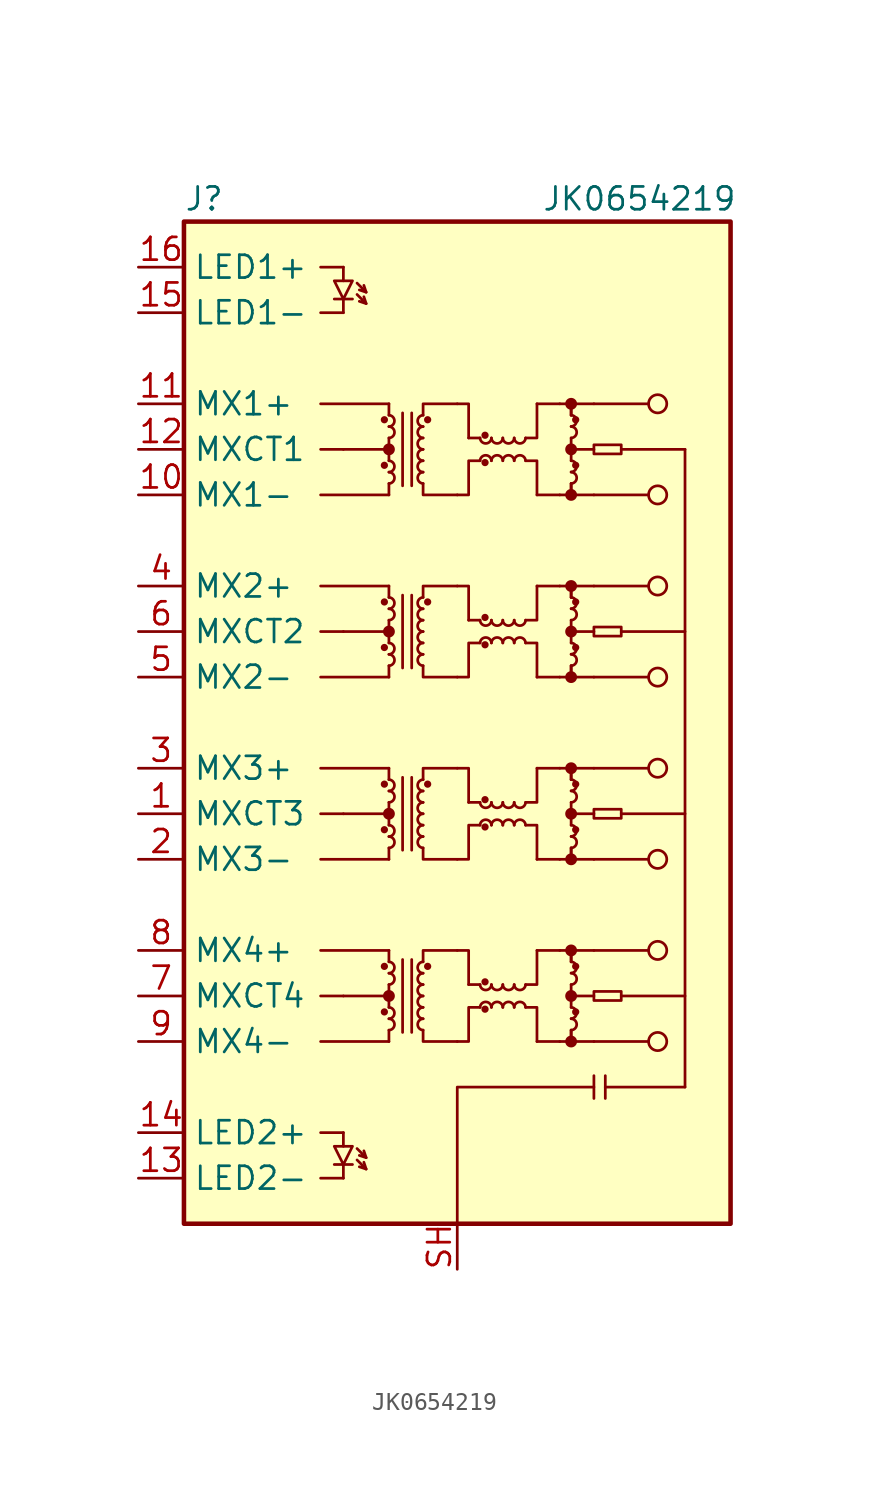
<source format=kicad_sym>
(kicad_symbol_lib
  (version 20220914)
  (generator kicad_symbol_editor)
  (symbol "JK0654219"
    (property "Reference" "J"
      (at -15.24 29.21 0)
      (effects (font (size 1.27 1.27)) (justify left)))
    (property "Value" "JK0654219"
      (at 10.16 29.21 0)
      (effects (font (size 1.27 1.27))))
    (symbol "JK0654219_0_1"
      (rectangle (start -15.24 27.94) (end 15.24 -27.94) (stroke (width 0.254) (type default)) (fill (type background)))
      (circle (center -4.064 -16.129) (radius 0.127) (stroke (width 0) (type default)) (fill (type outline)))
      (circle (center -4.064 -13.589) (radius 0.127) (stroke (width 0) (type default)) (fill (type outline)))
      (circle (center -4.064 -5.969) (radius 0.127) (stroke (width 0) (type default)) (fill (type outline)))
      (circle (center -4.064 -3.429) (radius 0.127) (stroke (width 0) (type default)) (fill (type outline)))
      (circle (center -4.064 4.191) (radius 0.127) (stroke (width 0) (type default)) (fill (type outline)))
      (circle (center -4.064 6.731) (radius 0.127) (stroke (width 0) (type default)) (fill (type outline)))
      (circle (center -4.064 14.351) (radius 0.127) (stroke (width 0) (type default)) (fill (type outline)))
      (circle (center -4.064 16.891) (radius 0.127) (stroke (width 0) (type default)) (fill (type outline)))
      (arc (start -3.81 -17.145) (mid -3.5052 -16.8402) (end -3.81 -16.51) (stroke (width 0) (type default)) (fill (type none)))
      (arc (start -3.81 -16.51) (mid -3.5052 -16.2052) (end -3.81 -15.875) (stroke (width 0) (type default)) (fill (type none)))
      (circle (center -3.81 -15.24) (radius 0.254) (stroke (width 0) (type default)) (fill (type outline)))
      (arc (start -3.81 -14.605) (mid -3.5052 -14.3002) (end -3.81 -13.97) (stroke (width 0) (type default)) (fill (type none)))
      (arc (start -3.81 -13.97) (mid -3.5052 -13.6652) (end -3.81 -13.335) (stroke (width 0) (type default)) (fill (type none)))
      (arc (start -3.81 -6.985) (mid -3.5052 -6.6802) (end -3.81 -6.35) (stroke (width 0) (type default)) (fill (type none)))
      (arc (start -3.81 -6.35) (mid -3.5052 -6.0452) (end -3.81 -5.715) (stroke (width 0) (type default)) (fill (type none)))
      (circle (center -3.81 -5.08) (radius 0.254) (stroke (width 0) (type default)) (fill (type outline)))
      (arc (start -3.81 -4.445) (mid -3.5052 -4.1402) (end -3.81 -3.81) (stroke (width 0) (type default)) (fill (type none)))
      (arc (start -3.81 -3.81) (mid -3.5052 -3.5052) (end -3.81 -3.175) (stroke (width 0) (type default)) (fill (type none)))
      (arc (start -3.81 3.175) (mid -3.5052 3.4798) (end -3.81 3.81) (stroke (width 0) (type default)) (fill (type none)))
      (arc (start -3.81 3.81) (mid -3.5052 4.1148) (end -3.81 4.445) (stroke (width 0) (type default)) (fill (type none)))
      (circle (center -3.81 5.08) (radius 0.254) (stroke (width 0) (type default)) (fill (type outline)))
      (arc (start -3.81 5.715) (mid -3.5052 6.0198) (end -3.81 6.35) (stroke (width 0) (type default)) (fill (type none)))
      (arc (start -3.81 6.35) (mid -3.5052 6.6548) (end -3.81 6.985) (stroke (width 0) (type default)) (fill (type none)))
      (arc (start -3.81 13.335) (mid -3.5052 13.6398) (end -3.81 13.97) (stroke (width 0) (type default)) (fill (type none)))
      (arc (start -3.81 13.97) (mid -3.5052 14.2748) (end -3.81 14.605) (stroke (width 0) (type default)) (fill (type none)))
      (circle (center -3.81 15.24) (radius 0.254) (stroke (width 0) (type default)) (fill (type outline)))
      (arc (start -3.81 15.875) (mid -3.5052 16.1798) (end -3.81 16.51) (stroke (width 0) (type default)) (fill (type none)))
      (arc (start -3.81 16.51) (mid -3.5052 16.8148) (end -3.81 17.145) (stroke (width 0) (type default)) (fill (type none)))
      (arc (start -1.905 -16.51) (mid -2.2098 -16.8148) (end -1.905 -17.145) (stroke (width 0) (type default)) (fill (type none)))
      (arc (start -1.905 -15.875) (mid -2.2098 -16.1798) (end -1.905 -16.51) (stroke (width 0) (type default)) (fill (type none)))
      (arc (start -1.905 -15.24) (mid -2.2098 -15.5448) (end -1.905 -15.875) (stroke (width 0) (type default)) (fill (type none)))
      (arc (start -1.905 -14.605) (mid -2.2098 -14.9098) (end -1.905 -15.24) (stroke (width 0) (type default)) (fill (type none)))
      (arc (start -1.905 -13.97) (mid -2.2098 -14.2748) (end -1.905 -14.605) (stroke (width 0) (type default)) (fill (type none)))
      (arc (start -1.905 -13.335) (mid -2.2098 -13.6398) (end -1.905 -13.97) (stroke (width 0) (type default)) (fill (type none)))
      (arc (start -1.905 -6.35) (mid -2.2098 -6.6548) (end -1.905 -6.985) (stroke (width 0) (type default)) (fill (type none)))
      (arc (start -1.905 -5.715) (mid -2.2098 -6.0198) (end -1.905 -6.35) (stroke (width 0) (type default)) (fill (type none)))
      (arc (start -1.905 -5.08) (mid -2.2098 -5.3848) (end -1.905 -5.715) (stroke (width 0) (type default)) (fill (type none)))
      (arc (start -1.905 -4.445) (mid -2.2098 -4.7498) (end -1.905 -5.08) (stroke (width 0) (type default)) (fill (type none)))
      (arc (start -1.905 -3.81) (mid -2.2098 -4.1148) (end -1.905 -4.445) (stroke (width 0) (type default)) (fill (type none)))
      (arc (start -1.905 -3.175) (mid -2.2098 -3.4798) (end -1.905 -3.81) (stroke (width 0) (type default)) (fill (type none)))
      (arc (start -1.905 3.81) (mid -2.2098 3.5052) (end -1.905 3.175) (stroke (width 0) (type default)) (fill (type none)))
      (arc (start -1.905 4.445) (mid -2.2098 4.1402) (end -1.905 3.81) (stroke (width 0) (type default)) (fill (type none)))
      (arc (start -1.905 5.08) (mid -2.2098 4.7752) (end -1.905 4.445) (stroke (width 0) (type default)) (fill (type none)))
      (arc (start -1.905 5.715) (mid -2.2098 5.4102) (end -1.905 5.08) (stroke (width 0) (type default)) (fill (type none)))
      (arc (start -1.905 6.35) (mid -2.2098 6.0452) (end -1.905 5.715) (stroke (width 0) (type default)) (fill (type none)))
      (arc (start -1.905 6.985) (mid -2.2098 6.6802) (end -1.905 6.35) (stroke (width 0) (type default)) (fill (type none)))
      (arc (start -1.905 13.97) (mid -2.2098 13.6652) (end -1.905 13.335) (stroke (width 0) (type default)) (fill (type none)))
      (arc (start -1.905 14.605) (mid -2.2098 14.3002) (end -1.905 13.97) (stroke (width 0) (type default)) (fill (type none)))
      (arc (start -1.905 15.24) (mid -2.2098 14.9352) (end -1.905 14.605) (stroke (width 0) (type default)) (fill (type none)))
      (arc (start -1.905 15.875) (mid -2.2098 15.5702) (end -1.905 15.24) (stroke (width 0) (type default)) (fill (type none)))
      (arc (start -1.905 16.51) (mid -2.2098 16.2052) (end -1.905 15.875) (stroke (width 0) (type default)) (fill (type none)))
      (arc (start -1.905 17.145) (mid -2.2098 16.8402) (end -1.905 16.51) (stroke (width 0) (type default)) (fill (type none)))
      (circle (center -1.651 -13.589) (radius 0.127) (stroke (width 0) (type default)) (fill (type outline)))
      (circle (center -1.651 -3.429) (radius 0.127) (stroke (width 0) (type default)) (fill (type outline)))
      (circle (center -1.651 6.731) (radius 0.127) (stroke (width 0) (type default)) (fill (type outline)))
      (circle (center -1.651 16.891) (radius 0.127) (stroke (width 0) (type default)) (fill (type outline)))
      (polyline (pts (xy -7.62 -17.78) (xy -3.81 -17.78)) (stroke (width 0) (type default)) (fill (type none)))
      (polyline (pts (xy -7.62 -15.24) (xy -6.35 -15.24)) (stroke (width 0) (type default)) (fill (type none)))
      (polyline (pts (xy -7.62 -12.7) (xy -3.81 -12.7)) (stroke (width 0) (type default)) (fill (type none)))
      (polyline (pts (xy -7.62 -7.62) (xy -3.81 -7.62)) (stroke (width 0) (type default)) (fill (type none)))
      (polyline (pts (xy -7.62 -5.08) (xy -6.35 -5.08)) (stroke (width 0) (type default)) (fill (type none)))
      (polyline (pts (xy -7.62 -2.54) (xy -3.81 -2.54)) (stroke (width 0) (type default)) (fill (type none)))
      (polyline (pts (xy -7.62 2.54) (xy -3.81 2.54)) (stroke (width 0) (type default)) (fill (type none)))
      (polyline (pts (xy -7.62 5.08) (xy -6.35 5.08)) (stroke (width 0) (type default)) (fill (type none)))
      (polyline (pts (xy -7.62 7.62) (xy -3.81 7.62)) (stroke (width 0) (type default)) (fill (type none)))
      (polyline (pts (xy -7.62 12.7) (xy -3.81 12.7)) (stroke (width 0) (type default)) (fill (type none)))
      (polyline (pts (xy -7.62 15.24) (xy -6.35 15.24)) (stroke (width 0) (type default)) (fill (type none)))
      (polyline (pts (xy -7.62 17.78) (xy -3.81 17.78)) (stroke (width 0) (type default)) (fill (type none)))
      (polyline (pts (xy -6.35 -15.24) (xy -3.81 -15.24)) (stroke (width 0) (type default)) (fill (type none)))
      (polyline (pts (xy -6.35 -5.08) (xy -3.81 -5.08)) (stroke (width 0) (type default)) (fill (type none)))
      (polyline (pts (xy -6.35 5.08) (xy -3.81 5.08)) (stroke (width 0) (type default)) (fill (type none)))
      (polyline (pts (xy -6.35 15.24) (xy -3.81 15.24)) (stroke (width 0) (type default)) (fill (type none)))
      (polyline (pts (xy -3.81 -17.78) (xy -3.81 -17.145)) (stroke (width 0) (type default)) (fill (type none)))
      (polyline (pts (xy -3.81 -15.24) (xy -3.81 -15.875)) (stroke (width 0) (type default)) (fill (type none)))
      (polyline (pts (xy -3.81 -15.24) (xy -3.81 -14.605)) (stroke (width 0) (type default)) (fill (type none)))
      (polyline (pts (xy -3.81 -12.7) (xy -3.81 -13.335)) (stroke (width 0) (type default)) (fill (type none)))
      (polyline (pts (xy -3.81 -7.62) (xy -3.81 -6.985)) (stroke (width 0) (type default)) (fill (type none)))
      (polyline (pts (xy -3.81 -5.08) (xy -3.81 -5.715)) (stroke (width 0) (type default)) (fill (type none)))
      (polyline (pts (xy -3.81 -5.08) (xy -3.81 -4.445)) (stroke (width 0) (type default)) (fill (type none)))
      (polyline (pts (xy -3.81 -2.54) (xy -3.81 -3.175)) (stroke (width 0) (type default)) (fill (type none)))
      (polyline (pts (xy -3.81 2.54) (xy -3.81 3.175)) (stroke (width 0) (type default)) (fill (type none)))
      (polyline (pts (xy -3.81 5.08) (xy -3.81 4.445)) (stroke (width 0) (type default)) (fill (type none)))
      (polyline (pts (xy -3.81 5.08) (xy -3.81 5.715)) (stroke (width 0) (type default)) (fill (type none)))
      (polyline (pts (xy -3.81 7.62) (xy -3.81 6.985)) (stroke (width 0) (type default)) (fill (type none)))
      (polyline (pts (xy -3.81 12.7) (xy -3.81 13.335)) (stroke (width 0) (type default)) (fill (type none)))
      (polyline (pts (xy -3.81 15.24) (xy -3.81 14.605)) (stroke (width 0) (type default)) (fill (type none)))
      (polyline (pts (xy -3.81 15.24) (xy -3.81 15.875)) (stroke (width 0) (type default)) (fill (type none)))
      (polyline (pts (xy -3.81 17.78) (xy -3.81 17.145)) (stroke (width 0) (type default)) (fill (type none)))
      (polyline (pts (xy -3.048 -17.272) (xy -3.048 -13.208)) (stroke (width 0) (type default)) (fill (type none)))
      (polyline (pts (xy -3.048 -7.112) (xy -3.048 -3.048)) (stroke (width 0) (type default)) (fill (type none)))
      (polyline (pts (xy -3.048 3.048) (xy -3.048 7.112)) (stroke (width 0) (type default)) (fill (type none)))
      (polyline (pts (xy -3.048 13.208) (xy -3.048 17.272)) (stroke (width 0) (type default)) (fill (type none)))
      (polyline (pts (xy -2.54 -17.272) (xy -2.54 -13.208)) (stroke (width 0) (type default)) (fill (type none)))
      (polyline (pts (xy -2.54 -7.112) (xy -2.54 -3.048)) (stroke (width 0) (type default)) (fill (type none)))
      (polyline (pts (xy -2.54 3.048) (xy -2.54 7.112)) (stroke (width 0) (type default)) (fill (type none)))
      (polyline (pts (xy -2.54 13.208) (xy -2.54 17.272)) (stroke (width 0) (type default)) (fill (type none)))
      (polyline (pts (xy 0.635 -14.605) (xy 1.27 -14.605)) (stroke (width 0) (type default)) (fill (type none)))
      (polyline (pts (xy 0.635 -4.445) (xy 1.27 -4.445)) (stroke (width 0) (type default)) (fill (type none)))
      (polyline (pts (xy 0.635 5.715) (xy 1.27 5.715)) (stroke (width 0) (type default)) (fill (type none)))
      (polyline (pts (xy 0.635 15.875) (xy 1.27 15.875)) (stroke (width 0) (type default)) (fill (type none)))
      (polyline (pts (xy 4.445 -17.78) (xy 5.715 -17.78)) (stroke (width 0) (type default)) (fill (type none)))
      (polyline (pts (xy 4.445 -12.7) (xy 5.715 -12.7)) (stroke (width 0) (type default)) (fill (type none)))
      (polyline (pts (xy 4.445 -7.62) (xy 5.715 -7.62)) (stroke (width 0) (type default)) (fill (type none)))
      (polyline (pts (xy 4.445 -2.54) (xy 5.715 -2.54)) (stroke (width 0) (type default)) (fill (type none)))
      (polyline (pts (xy 4.445 2.54) (xy 5.715 2.54)) (stroke (width 0) (type default)) (fill (type none)))
      (polyline (pts (xy 4.445 7.62) (xy 5.715 7.62)) (stroke (width 0) (type default)) (fill (type none)))
      (polyline (pts (xy 4.445 12.7) (xy 5.715 12.7)) (stroke (width 0) (type default)) (fill (type none)))
      (polyline (pts (xy 4.445 17.78) (xy 5.715 17.78)) (stroke (width 0) (type default)) (fill (type none)))
      (polyline (pts (xy 6.35 -17.78) (xy 6.35 -17.145)) (stroke (width 0) (type default)) (fill (type none)))
      (polyline (pts (xy 6.35 -15.24) (xy 6.35 -15.875)) (stroke (width 0) (type default)) (fill (type none)))
      (polyline (pts (xy 6.35 -15.24) (xy 6.35 -14.605)) (stroke (width 0) (type default)) (fill (type none)))
      (polyline (pts (xy 6.35 -12.7) (xy 6.35 -13.335)) (stroke (width 0) (type default)) (fill (type none)))
      (polyline (pts (xy 6.35 -7.62) (xy 6.35 -6.985)) (stroke (width 0) (type default)) (fill (type none)))
      (polyline (pts (xy 6.35 -5.08) (xy 6.35 -5.715)) (stroke (width 0) (type default)) (fill (type none)))
      (polyline (pts (xy 6.35 -5.08) (xy 6.35 -4.445)) (stroke (width 0) (type default)) (fill (type none)))
      (polyline (pts (xy 6.35 -2.54) (xy 6.35 -3.175)) (stroke (width 0) (type default)) (fill (type none)))
      (polyline (pts (xy 6.35 2.54) (xy 6.35 3.175)) (stroke (width 0) (type default)) (fill (type none)))
      (polyline (pts (xy 6.35 5.08) (xy 6.35 4.445)) (stroke (width 0) (type default)) (fill (type none)))
      (polyline (pts (xy 6.35 5.08) (xy 6.35 5.715)) (stroke (width 0) (type default)) (fill (type none)))
      (polyline (pts (xy 6.35 7.62) (xy 6.35 6.985)) (stroke (width 0) (type default)) (fill (type none)))
      (polyline (pts (xy 6.35 12.7) (xy 6.35 13.335)) (stroke (width 0) (type default)) (fill (type none)))
      (polyline (pts (xy 6.35 15.24) (xy 6.35 14.605)) (stroke (width 0) (type default)) (fill (type none)))
      (polyline (pts (xy 6.35 15.24) (xy 6.35 15.875)) (stroke (width 0) (type default)) (fill (type none)))
      (polyline (pts (xy 6.35 17.78) (xy 6.35 17.145)) (stroke (width 0) (type default)) (fill (type none)))
      (polyline (pts (xy 7.62 -20.955) (xy 7.62 -19.685)) (stroke (width 0) (type default)) (fill (type none)))
      (polyline (pts (xy 7.62 -17.78) (xy 6.35 -17.78)) (stroke (width 0) (type default)) (fill (type none)))
      (polyline (pts (xy 7.62 -17.78) (xy 10.668 -17.78)) (stroke (width 0) (type default)) (fill (type none)))
      (polyline (pts (xy 7.62 -15.24) (xy 6.35 -15.24)) (stroke (width 0) (type default)) (fill (type none)))
      (polyline (pts (xy 7.62 -12.7) (xy 6.35 -12.7)) (stroke (width 0) (type default)) (fill (type none)))
      (polyline (pts (xy 7.62 -12.7) (xy 10.668 -12.7)) (stroke (width 0) (type default)) (fill (type none)))
      (polyline (pts (xy 7.62 -7.62) (xy 6.35 -7.62)) (stroke (width 0) (type default)) (fill (type none)))
      (polyline (pts (xy 7.62 -7.62) (xy 10.668 -7.62)) (stroke (width 0) (type default)) (fill (type none)))
      (polyline (pts (xy 7.62 -5.08) (xy 6.35 -5.08)) (stroke (width 0) (type default)) (fill (type none)))
      (polyline (pts (xy 7.62 -2.54) (xy 6.35 -2.54)) (stroke (width 0) (type default)) (fill (type none)))
      (polyline (pts (xy 7.62 -2.54) (xy 10.668 -2.54)) (stroke (width 0) (type default)) (fill (type none)))
      (polyline (pts (xy 7.62 2.54) (xy 6.35 2.54)) (stroke (width 0) (type default)) (fill (type none)))
      (polyline (pts (xy 7.62 2.54) (xy 10.668 2.54)) (stroke (width 0) (type default)) (fill (type none)))
      (polyline (pts (xy 7.62 5.08) (xy 6.35 5.08)) (stroke (width 0) (type default)) (fill (type none)))
      (polyline (pts (xy 7.62 7.62) (xy 6.35 7.62)) (stroke (width 0) (type default)) (fill (type none)))
      (polyline (pts (xy 7.62 7.62) (xy 10.668 7.62)) (stroke (width 0) (type default)) (fill (type none)))
      (polyline (pts (xy 7.62 12.7) (xy 6.35 12.7)) (stroke (width 0) (type default)) (fill (type none)))
      (polyline (pts (xy 7.62 12.7) (xy 10.668 12.7)) (stroke (width 0) (type default)) (fill (type none)))
      (polyline (pts (xy 7.62 15.24) (xy 6.35 15.24)) (stroke (width 0) (type default)) (fill (type none)))
      (polyline (pts (xy 7.62 17.78) (xy 6.35 17.78)) (stroke (width 0) (type default)) (fill (type none)))
      (polyline (pts (xy 7.62 17.78) (xy 10.668 17.78)) (stroke (width 0) (type default)) (fill (type none)))
      (polyline (pts (xy 8.255 -20.32) (xy 8.255 -20.955)) (stroke (width 0) (type default)) (fill (type none)))
      (polyline (pts (xy 8.255 -20.32) (xy 8.255 -19.685)) (stroke (width 0) (type default)) (fill (type none)))
      (polyline (pts (xy 8.255 -20.32) (xy 12.7 -20.32)) (stroke (width 0) (type default)) (fill (type none)))
      (polyline (pts (xy 9.144 -15.24) (xy 12.7 -15.24)) (stroke (width 0) (type default)) (fill (type none)))
      (polyline (pts (xy 9.144 -5.08) (xy 12.7 -5.08)) (stroke (width 0) (type default)) (fill (type none)))
      (polyline (pts (xy 9.144 5.08) (xy 12.7 5.08)) (stroke (width 0) (type default)) (fill (type none)))
      (polyline (pts (xy 12.7 -20.32) (xy 12.7 15.24)) (stroke (width 0) (type default)) (fill (type none)))
      (polyline (pts (xy 12.7 15.24) (xy 9.144 15.24)) (stroke (width 0) (type default)) (fill (type none)))
      (polyline (pts (xy -1.905 -17.145) (xy -1.905 -17.78) (xy 0 -17.78)) (stroke (width 0) (type default)) (fill (type none)))
      (polyline (pts (xy -1.905 -13.335) (xy -1.905 -12.7) (xy 0 -12.7)) (stroke (width 0) (type default)) (fill (type none)))
      (polyline (pts (xy -1.905 -6.985) (xy -1.905 -7.62) (xy 0 -7.62)) (stroke (width 0) (type default)) (fill (type none)))
      (polyline (pts (xy -1.905 -3.175) (xy -1.905 -2.54) (xy 0 -2.54)) (stroke (width 0) (type default)) (fill (type none)))
      (polyline (pts (xy -1.905 3.175) (xy -1.905 2.54) (xy 0 2.54)) (stroke (width 0) (type default)) (fill (type none)))
      (polyline (pts (xy -1.905 6.985) (xy -1.905 7.62) (xy 0 7.62)) (stroke (width 0) (type default)) (fill (type none)))
      (polyline (pts (xy -1.905 13.335) (xy -1.905 12.7) (xy 0 12.7)) (stroke (width 0) (type default)) (fill (type none)))
      (polyline (pts (xy -1.905 17.145) (xy -1.905 17.78) (xy 0 17.78)) (stroke (width 0) (type default)) (fill (type none)))
      (polyline (pts (xy 0 -12.7) (xy 0.635 -12.7) (xy 0.635 -14.605)) (stroke (width 0) (type default)) (fill (type none)))
      (polyline (pts (xy 0 -2.54) (xy 0.635 -2.54) (xy 0.635 -4.445)) (stroke (width 0) (type default)) (fill (type none)))
      (polyline (pts (xy 0 7.62) (xy 0.635 7.62) (xy 0.635 5.715)) (stroke (width 0) (type default)) (fill (type none)))
      (polyline (pts (xy 0 17.78) (xy 0.635 17.78) (xy 0.635 15.875)) (stroke (width 0) (type default)) (fill (type none)))
      (polyline (pts (xy 3.81 -15.875) (xy 4.445 -15.875) (xy 4.445 -17.78)) (stroke (width 0) (type default)) (fill (type none)))
      (polyline (pts (xy 3.81 -14.605) (xy 4.445 -14.605) (xy 4.445 -12.7)) (stroke (width 0) (type default)) (fill (type none)))
      (polyline (pts (xy 3.81 -5.715) (xy 4.445 -5.715) (xy 4.445 -7.62)) (stroke (width 0) (type default)) (fill (type none)))
      (polyline (pts (xy 3.81 -4.445) (xy 4.445 -4.445) (xy 4.445 -2.54)) (stroke (width 0) (type default)) (fill (type none)))
      (polyline (pts (xy 3.81 4.445) (xy 4.445 4.445) (xy 4.445 2.54)) (stroke (width 0) (type default)) (fill (type none)))
      (polyline (pts (xy 3.81 5.715) (xy 4.445 5.715) (xy 4.445 7.62)) (stroke (width 0) (type default)) (fill (type none)))
      (polyline (pts (xy 3.81 14.605) (xy 4.445 14.605) (xy 4.445 12.7)) (stroke (width 0) (type default)) (fill (type none)))
      (polyline (pts (xy 3.81 15.875) (xy 4.445 15.875) (xy 4.445 17.78)) (stroke (width 0) (type default)) (fill (type none)))
      (polyline (pts (xy 5.715 -17.78) (xy 6.35 -17.78) (xy 6.35 -17.145)) (stroke (width 0) (type default)) (fill (type none)))
      (polyline (pts (xy 5.715 -12.7) (xy 6.35 -12.7) (xy 6.35 -13.335)) (stroke (width 0) (type default)) (fill (type none)))
      (polyline (pts (xy 5.715 -7.62) (xy 6.35 -7.62) (xy 6.35 -6.985)) (stroke (width 0) (type default)) (fill (type none)))
      (polyline (pts (xy 5.715 -2.54) (xy 6.35 -2.54) (xy 6.35 -3.175)) (stroke (width 0) (type default)) (fill (type none)))
      (polyline (pts (xy 5.715 2.54) (xy 6.35 2.54) (xy 6.35 3.175)) (stroke (width 0) (type default)) (fill (type none)))
      (polyline (pts (xy 5.715 7.62) (xy 6.35 7.62) (xy 6.35 6.985)) (stroke (width 0) (type default)) (fill (type none)))
      (polyline (pts (xy 5.715 12.7) (xy 6.35 12.7) (xy 6.35 13.335)) (stroke (width 0) (type default)) (fill (type none)))
      (polyline (pts (xy 5.715 17.78) (xy 6.35 17.78) (xy 6.35 17.145)) (stroke (width 0) (type default)) (fill (type none)))
      (polyline (pts (xy 7.62 -20.32) (xy 0 -20.32) (xy 0 -27.94)) (stroke (width 0) (type default)) (fill (type none)))
      (polyline (pts (xy 0 -17.78) (xy 0.635 -17.78) (xy 0.635 -15.875) (xy 1.27 -15.875)) (stroke (width 0) (type default)) (fill (type none)))
      (polyline (pts (xy 0 -7.62) (xy 0.635 -7.62) (xy 0.635 -5.715) (xy 1.27 -5.715)) (stroke (width 0) (type default)) (fill (type none)))
      (polyline (pts (xy 0 2.54) (xy 0.635 2.54) (xy 0.635 4.445) (xy 1.27 4.445)) (stroke (width 0) (type default)) (fill (type none)))
      (polyline (pts (xy 0 12.7) (xy 0.635 12.7) (xy 0.635 14.605) (xy 1.27 14.605)) (stroke (width 0) (type default)) (fill (type none)))
      (arc (start 1.27 -14.605) (mid 1.5748 -14.9098) (end 1.905 -14.605) (stroke (width 0) (type default)) (fill (type none)))
      (arc (start 1.27 -4.445) (mid 1.5748 -4.7498) (end 1.905 -4.445) (stroke (width 0) (type default)) (fill (type none)))
      (arc (start 1.27 5.715) (mid 1.5748 5.4102) (end 1.905 5.715) (stroke (width 0) (type default)) (fill (type none)))
      (arc (start 1.27 15.875) (mid 1.5748 15.5702) (end 1.905 15.875) (stroke (width 0) (type default)) (fill (type none)))
      (circle (center 1.549 -15.977) (radius 0.127) (stroke (width 0) (type default)) (fill (type outline)))
      (circle (center 1.549 -14.453) (radius 0.127) (stroke (width 0) (type default)) (fill (type outline)))
      (circle (center 1.549 -5.817) (radius 0.127) (stroke (width 0) (type default)) (fill (type outline)))
      (circle (center 1.549 -4.293) (radius 0.127) (stroke (width 0) (type default)) (fill (type outline)))
      (circle (center 1.549 4.343) (radius 0.127) (stroke (width 0) (type default)) (fill (type outline)))
      (circle (center 1.549 5.867) (radius 0.127) (stroke (width 0) (type default)) (fill (type outline)))
      (circle (center 1.549 14.503) (radius 0.127) (stroke (width 0) (type default)) (fill (type outline)))
      (circle (center 1.549 16.027) (radius 0.127) (stroke (width 0) (type default)) (fill (type outline)))
      (arc (start 1.905 -15.875) (mid 1.6002 -15.5702) (end 1.27 -15.875) (stroke (width 0) (type default)) (fill (type none)))
      (arc (start 1.905 -14.605) (mid 2.2098 -14.9098) (end 2.54 -14.605) (stroke (width 0) (type default)) (fill (type none)))
      (arc (start 1.905 -5.715) (mid 1.6002 -5.4102) (end 1.27 -5.715) (stroke (width 0) (type default)) (fill (type none)))
      (arc (start 1.905 -4.445) (mid 2.2098 -4.7498) (end 2.54 -4.445) (stroke (width 0) (type default)) (fill (type none)))
      (arc (start 1.905 4.445) (mid 1.6002 4.7498) (end 1.27 4.445) (stroke (width 0) (type default)) (fill (type none)))
      (arc (start 1.905 5.715) (mid 2.2098 5.4102) (end 2.54 5.715) (stroke (width 0) (type default)) (fill (type none)))
      (arc (start 1.905 14.605) (mid 1.6002 14.9098) (end 1.27 14.605) (stroke (width 0) (type default)) (fill (type none)))
      (arc (start 1.905 15.875) (mid 2.2098 15.5702) (end 2.54 15.875) (stroke (width 0) (type default)) (fill (type none)))
      (arc (start 2.54 -15.875) (mid 2.2352 -15.5702) (end 1.905 -15.875) (stroke (width 0) (type default)) (fill (type none)))
      (arc (start 2.54 -14.605) (mid 2.8448 -14.9098) (end 3.175 -14.605) (stroke (width 0) (type default)) (fill (type none)))
      (arc (start 2.54 -5.715) (mid 2.2352 -5.4102) (end 1.905 -5.715) (stroke (width 0) (type default)) (fill (type none)))
      (arc (start 2.54 -4.445) (mid 2.8448 -4.7498) (end 3.175 -4.445) (stroke (width 0) (type default)) (fill (type none)))
      (arc (start 2.54 4.445) (mid 2.2352 4.7498) (end 1.905 4.445) (stroke (width 0) (type default)) (fill (type none)))
      (arc (start 2.54 5.715) (mid 2.8448 5.4102) (end 3.175 5.715) (stroke (width 0) (type default)) (fill (type none)))
      (arc (start 2.54 14.605) (mid 2.2352 14.9098) (end 1.905 14.605) (stroke (width 0) (type default)) (fill (type none)))
      (arc (start 2.54 15.875) (mid 2.8448 15.5702) (end 3.175 15.875) (stroke (width 0) (type default)) (fill (type none)))
      (arc (start 3.175 -15.875) (mid 2.8702 -15.5702) (end 2.54 -15.875) (stroke (width 0) (type default)) (fill (type none)))
      (arc (start 3.175 -14.605) (mid 3.4798 -14.9098) (end 3.81 -14.605) (stroke (width 0) (type default)) (fill (type none)))
      (arc (start 3.175 -5.715) (mid 2.8702 -5.4102) (end 2.54 -5.715) (stroke (width 0) (type default)) (fill (type none)))
      (arc (start 3.175 -4.445) (mid 3.4798 -4.7498) (end 3.81 -4.445) (stroke (width 0) (type default)) (fill (type none)))
      (arc (start 3.175 4.445) (mid 2.8702 4.7498) (end 2.54 4.445) (stroke (width 0) (type default)) (fill (type none)))
      (arc (start 3.175 5.715) (mid 3.4798 5.4102) (end 3.81 5.715) (stroke (width 0) (type default)) (fill (type none)))
      (arc (start 3.175 14.605) (mid 2.8702 14.9098) (end 2.54 14.605) (stroke (width 0) (type default)) (fill (type none)))
      (arc (start 3.175 15.875) (mid 3.4798 15.5702) (end 3.81 15.875) (stroke (width 0) (type default)) (fill (type none)))
      (arc (start 3.81 -15.875) (mid 3.5052 -15.5702) (end 3.175 -15.875) (stroke (width 0) (type default)) (fill (type none)))
      (arc (start 3.81 -5.715) (mid 3.5052 -5.4102) (end 3.175 -5.715) (stroke (width 0) (type default)) (fill (type none)))
      (arc (start 3.81 4.445) (mid 3.5052 4.7498) (end 3.175 4.445) (stroke (width 0) (type default)) (fill (type none)))
      (arc (start 3.81 14.605) (mid 3.5052 14.9098) (end 3.175 14.605) (stroke (width 0) (type default)) (fill (type none)))
      (circle (center 6.35 -17.78) (radius 0.254) (stroke (width 0) (type default)) (fill (type outline)))
      (arc (start 6.35 -17.145) (mid 6.6548 -16.8275) (end 6.35 -16.51) (stroke (width 0) (type default)) (fill (type none)))
      (arc (start 6.35 -16.51) (mid 6.6548 -16.1925) (end 6.35 -15.875) (stroke (width 0) (type default)) (fill (type none)))
      (circle (center 6.35 -15.24) (radius 0.254) (stroke (width 0) (type default)) (fill (type outline)))
      (arc (start 6.35 -14.605) (mid 6.6548 -14.2875) (end 6.35 -13.97) (stroke (width 0) (type default)) (fill (type none)))
      (arc (start 6.35 -13.97) (mid 6.6548 -13.6525) (end 6.35 -13.335) (stroke (width 0) (type default)) (fill (type none)))
      (circle (center 6.35 -12.7) (radius 0.254) (stroke (width 0) (type default)) (fill (type outline)))
      (circle (center 6.35 -7.62) (radius 0.254) (stroke (width 0) (type default)) (fill (type outline)))
      (arc (start 6.35 -6.985) (mid 6.6548 -6.6675) (end 6.35 -6.35) (stroke (width 0) (type default)) (fill (type none)))
      (arc (start 6.35 -6.35) (mid 6.6548 -6.0325) (end 6.35 -5.715) (stroke (width 0) (type default)) (fill (type none)))
      (circle (center 6.35 -5.08) (radius 0.254) (stroke (width 0) (type default)) (fill (type outline)))
      (arc (start 6.35 -4.445) (mid 6.6548 -4.1275) (end 6.35 -3.81) (stroke (width 0) (type default)) (fill (type none)))
      (arc (start 6.35 -3.81) (mid 6.6548 -3.4925) (end 6.35 -3.175) (stroke (width 0) (type default)) (fill (type none)))
      (circle (center 6.35 -2.54) (radius 0.254) (stroke (width 0) (type default)) (fill (type outline)))
      (circle (center 6.35 2.54) (radius 0.254) (stroke (width 0) (type default)) (fill (type outline)))
      (arc (start 6.35 3.175) (mid 6.6548 3.4925) (end 6.35 3.81) (stroke (width 0) (type default)) (fill (type none)))
      (arc (start 6.35 3.81) (mid 6.6548 4.1275) (end 6.35 4.445) (stroke (width 0) (type default)) (fill (type none)))
      (circle (center 6.35 5.08) (radius 0.254) (stroke (width 0) (type default)) (fill (type outline)))
      (arc (start 6.35 5.715) (mid 6.6548 6.0325) (end 6.35 6.35) (stroke (width 0) (type default)) (fill (type none)))
      (arc (start 6.35 6.35) (mid 6.6548 6.6675) (end 6.35 6.985) (stroke (width 0) (type default)) (fill (type none)))
      (circle (center 6.35 7.62) (radius 0.254) (stroke (width 0) (type default)) (fill (type outline)))
      (circle (center 6.35 12.7) (radius 0.254) (stroke (width 0) (type default)) (fill (type outline)))
      (arc (start 6.35 13.335) (mid 6.6548 13.6525) (end 6.35 13.97) (stroke (width 0) (type default)) (fill (type none)))
      (arc (start 6.35 13.97) (mid 6.6548 14.2875) (end 6.35 14.605) (stroke (width 0) (type default)) (fill (type none)))
      (circle (center 6.35 15.24) (radius 0.254) (stroke (width 0) (type default)) (fill (type outline)))
      (arc (start 6.35 15.875) (mid 6.6548 16.1925) (end 6.35 16.51) (stroke (width 0) (type default)) (fill (type none)))
      (arc (start 6.35 16.51) (mid 6.6548 16.8275) (end 6.35 17.145) (stroke (width 0) (type default)) (fill (type none)))
      (circle (center 6.35 17.78) (radius 0.254) (stroke (width 0) (type default)) (fill (type outline)))
      (circle (center 6.604 -16.129) (radius 0.127) (stroke (width 0) (type default)) (fill (type outline)))
      (circle (center 6.604 -13.589) (radius 0.127) (stroke (width 0) (type default)) (fill (type outline)))
      (circle (center 6.604 -5.969) (radius 0.127) (stroke (width 0) (type default)) (fill (type outline)))
      (circle (center 6.604 -3.429) (radius 0.127) (stroke (width 0) (type default)) (fill (type outline)))
      (circle (center 6.604 4.191) (radius 0.127) (stroke (width 0) (type default)) (fill (type outline)))
      (circle (center 6.604 6.731) (radius 0.127) (stroke (width 0) (type default)) (fill (type outline)))
      (circle (center 6.604 14.351) (radius 0.127) (stroke (width 0) (type default)) (fill (type outline)))
      (circle (center 6.604 16.891) (radius 0.127) (stroke (width 0) (type default)) (fill (type outline)))
      (rectangle (start 7.62 -14.986) (end 9.144 -15.494) (stroke (width 0) (type default)) (fill (type none)))
      (rectangle (start 7.62 -4.826) (end 9.144 -5.334) (stroke (width 0) (type default)) (fill (type none)))
      (rectangle (start 7.62 5.334) (end 9.144 4.826) (stroke (width 0) (type default)) (fill (type none)))
      (rectangle (start 7.62 15.494) (end 9.144 14.986) (stroke (width 0) (type default)) (fill (type none)))
      (circle (center 11.176 -17.78) (radius 0.508) (stroke (width 0) (type default)) (fill (type none)))
      (circle (center 11.176 -12.7) (radius 0.508) (stroke (width 0) (type default)) (fill (type none)))
      (circle (center 11.176 -7.62) (radius 0.508) (stroke (width 0) (type default)) (fill (type none)))
      (circle (center 11.176 -2.54) (radius 0.508) (stroke (width 0) (type default)) (fill (type none)))
      (circle (center 11.176 2.54) (radius 0.508) (stroke (width 0) (type default)) (fill (type none)))
      (circle (center 11.176 7.62) (radius 0.508) (stroke (width 0) (type default)) (fill (type none)))
      (circle (center 11.176 12.7) (radius 0.508) (stroke (width 0) (type default)) (fill (type none)))
      (circle (center 11.176 17.78) (radius 0.508) (stroke (width 0) (type default)) (fill (type none))))
    (symbol "JK0654219_1_1"
      (polyline (pts (xy -7.62 -25.4) (xy -6.35 -25.4)) (stroke (width 0) (type default)) (fill (type none)))
      (polyline (pts (xy -7.62 -22.86) (xy -6.35 -22.86)) (stroke (width 0) (type default)) (fill (type none)))
      (polyline (pts (xy -7.62 22.86) (xy -6.35 22.86)) (stroke (width 0) (type default)) (fill (type none)))
      (polyline (pts (xy -7.62 25.4) (xy -6.35 25.4)) (stroke (width 0) (type default)) (fill (type none)))
      (polyline (pts (xy -6.858 -24.638) (xy -5.842 -24.638)) (stroke (width 0) (type default)) (fill (type none)))
      (polyline (pts (xy -6.858 23.622) (xy -5.842 23.622)) (stroke (width 0) (type default)) (fill (type none)))
      (polyline (pts (xy -6.35 -25.4) (xy -6.35 -24.638)) (stroke (width 0) (type default)) (fill (type none)))
      (polyline (pts (xy -6.35 -22.86) (xy -6.35 -23.622)) (stroke (width 0) (type default)) (fill (type none)))
      (polyline (pts (xy -6.35 22.86) (xy -6.35 23.622)) (stroke (width 0) (type default)) (fill (type none)))
      (polyline (pts (xy -6.35 25.4) (xy -6.35 24.638)) (stroke (width 0) (type default)) (fill (type none)))
      (polyline (pts (xy -5.08 -24.892) (xy -5.207 -24.511)) (stroke (width 0) (type default)) (fill (type none)))
      (polyline (pts (xy -5.08 -24.257) (xy -5.207 -23.876)) (stroke (width 0) (type default)) (fill (type none)))
      (polyline (pts (xy -5.08 23.368) (xy -5.207 23.749)) (stroke (width 0) (type default)) (fill (type none)))
      (polyline (pts (xy -5.08 24.003) (xy -5.207 24.384)) (stroke (width 0) (type default)) (fill (type none)))
      (polyline (pts (xy -5.588 -24.384) (xy -5.08 -24.892) (xy -5.461 -24.765)) (stroke (width 0) (type default)) (fill (type none)))
      (polyline (pts (xy -5.588 -23.749) (xy -5.08 -24.257) (xy -5.461 -24.13)) (stroke (width 0) (type default)) (fill (type none)))
      (polyline (pts (xy -5.588 23.876) (xy -5.08 23.368) (xy -5.461 23.495)) (stroke (width 0) (type default)) (fill (type none)))
      (polyline (pts (xy -5.588 24.511) (xy -5.08 24.003) (xy -5.461 24.13)) (stroke (width 0) (type default)) (fill (type none)))
      (polyline (pts (xy -6.35 -24.638) (xy -6.858 -23.622) (xy -5.842 -23.622) (xy -6.35 -24.638)) (stroke (width 0) (type default)) (fill (type none)))
      (polyline (pts (xy -6.35 23.622) (xy -6.858 24.638) (xy -5.842 24.638) (xy -6.35 23.622)) (stroke (width 0) (type default)) (fill (type none)))
      (pin passive line (at -17.78 -5.08 0) (length 2.54) (name "MXCT3" (effects (font (size 1.27 1.27)))) (number "1" (effects (font (size 1.27 1.27)))))
      (pin passive line (at -17.78 12.7 0) (length 2.54) (name "MX1-" (effects (font (size 1.27 1.27)))) (number "10" (effects (font (size 1.27 1.27)))))
      (pin passive line (at -17.78 17.78 0) (length 2.54) (name "MX1+" (effects (font (size 1.27 1.27)))) (number "11" (effects (font (size 1.27 1.27)))))
      (pin passive line (at -17.78 15.24 0) (length 2.54) (name "MXCT1" (effects (font (size 1.27 1.27)))) (number "12" (effects (font (size 1.27 1.27)))))
      (pin passive line (at -17.78 -25.4 0) (length 2.54) (name "LED2-" (effects (font (size 1.27 1.27)))) (number "13" (effects (font (size 1.27 1.27)))))
      (pin passive line (at -17.78 -22.86 0) (length 2.54) (name "LED2+" (effects (font (size 1.27 1.27)))) (number "14" (effects (font (size 1.27 1.27)))))
      (pin passive line (at -17.78 22.86 0) (length 2.54) (name "LED1-" (effects (font (size 1.27 1.27)))) (number "15" (effects (font (size 1.27 1.27)))))
      (pin passive line (at -17.78 25.4 0) (length 2.54) (name "LED1+" (effects (font (size 1.27 1.27)))) (number "16" (effects (font (size 1.27 1.27)))))
      (pin passive line (at -17.78 -7.62 0) (length 2.54) (name "MX3-" (effects (font (size 1.27 1.27)))) (number "2" (effects (font (size 1.27 1.27)))))
      (pin passive line (at -17.78 -2.54 0) (length 2.54) (name "MX3+" (effects (font (size 1.27 1.27)))) (number "3" (effects (font (size 1.27 1.27)))))
      (pin passive line (at -17.78 7.62 0) (length 2.54) (name "MX2+" (effects (font (size 1.27 1.27)))) (number "4" (effects (font (size 1.27 1.27)))))
      (pin passive line (at -17.78 2.54 0) (length 2.54) (name "MX2-" (effects (font (size 1.27 1.27)))) (number "5" (effects (font (size 1.27 1.27)))))
      (pin passive line (at -17.78 5.08 0) (length 2.54) (name "MXCT2" (effects (font (size 1.27 1.27)))) (number "6" (effects (font (size 1.27 1.27)))))
      (pin passive line (at -17.78 -15.24 0) (length 2.54) (name "MXCT4" (effects (font (size 1.27 1.27)))) (number "7" (effects (font (size 1.27 1.27)))))
      (pin passive line (at -17.78 -12.7 0) (length 2.54) (name "MX4+" (effects (font (size 1.27 1.27)))) (number "8" (effects (font (size 1.27 1.27)))))
      (pin passive line (at -17.78 -17.78 0) (length 2.54) (name "MX4-" (effects (font (size 1.27 1.27)))) (number "9" (effects (font (size 1.27 1.27)))))
      (pin passive line (at 0 -30.48 90) (length 2.54) (name "~" (effects (font (size 1.27 1.27)))) (number "SH" (effects (font (size 1.27 1.27))))))))
</source>
